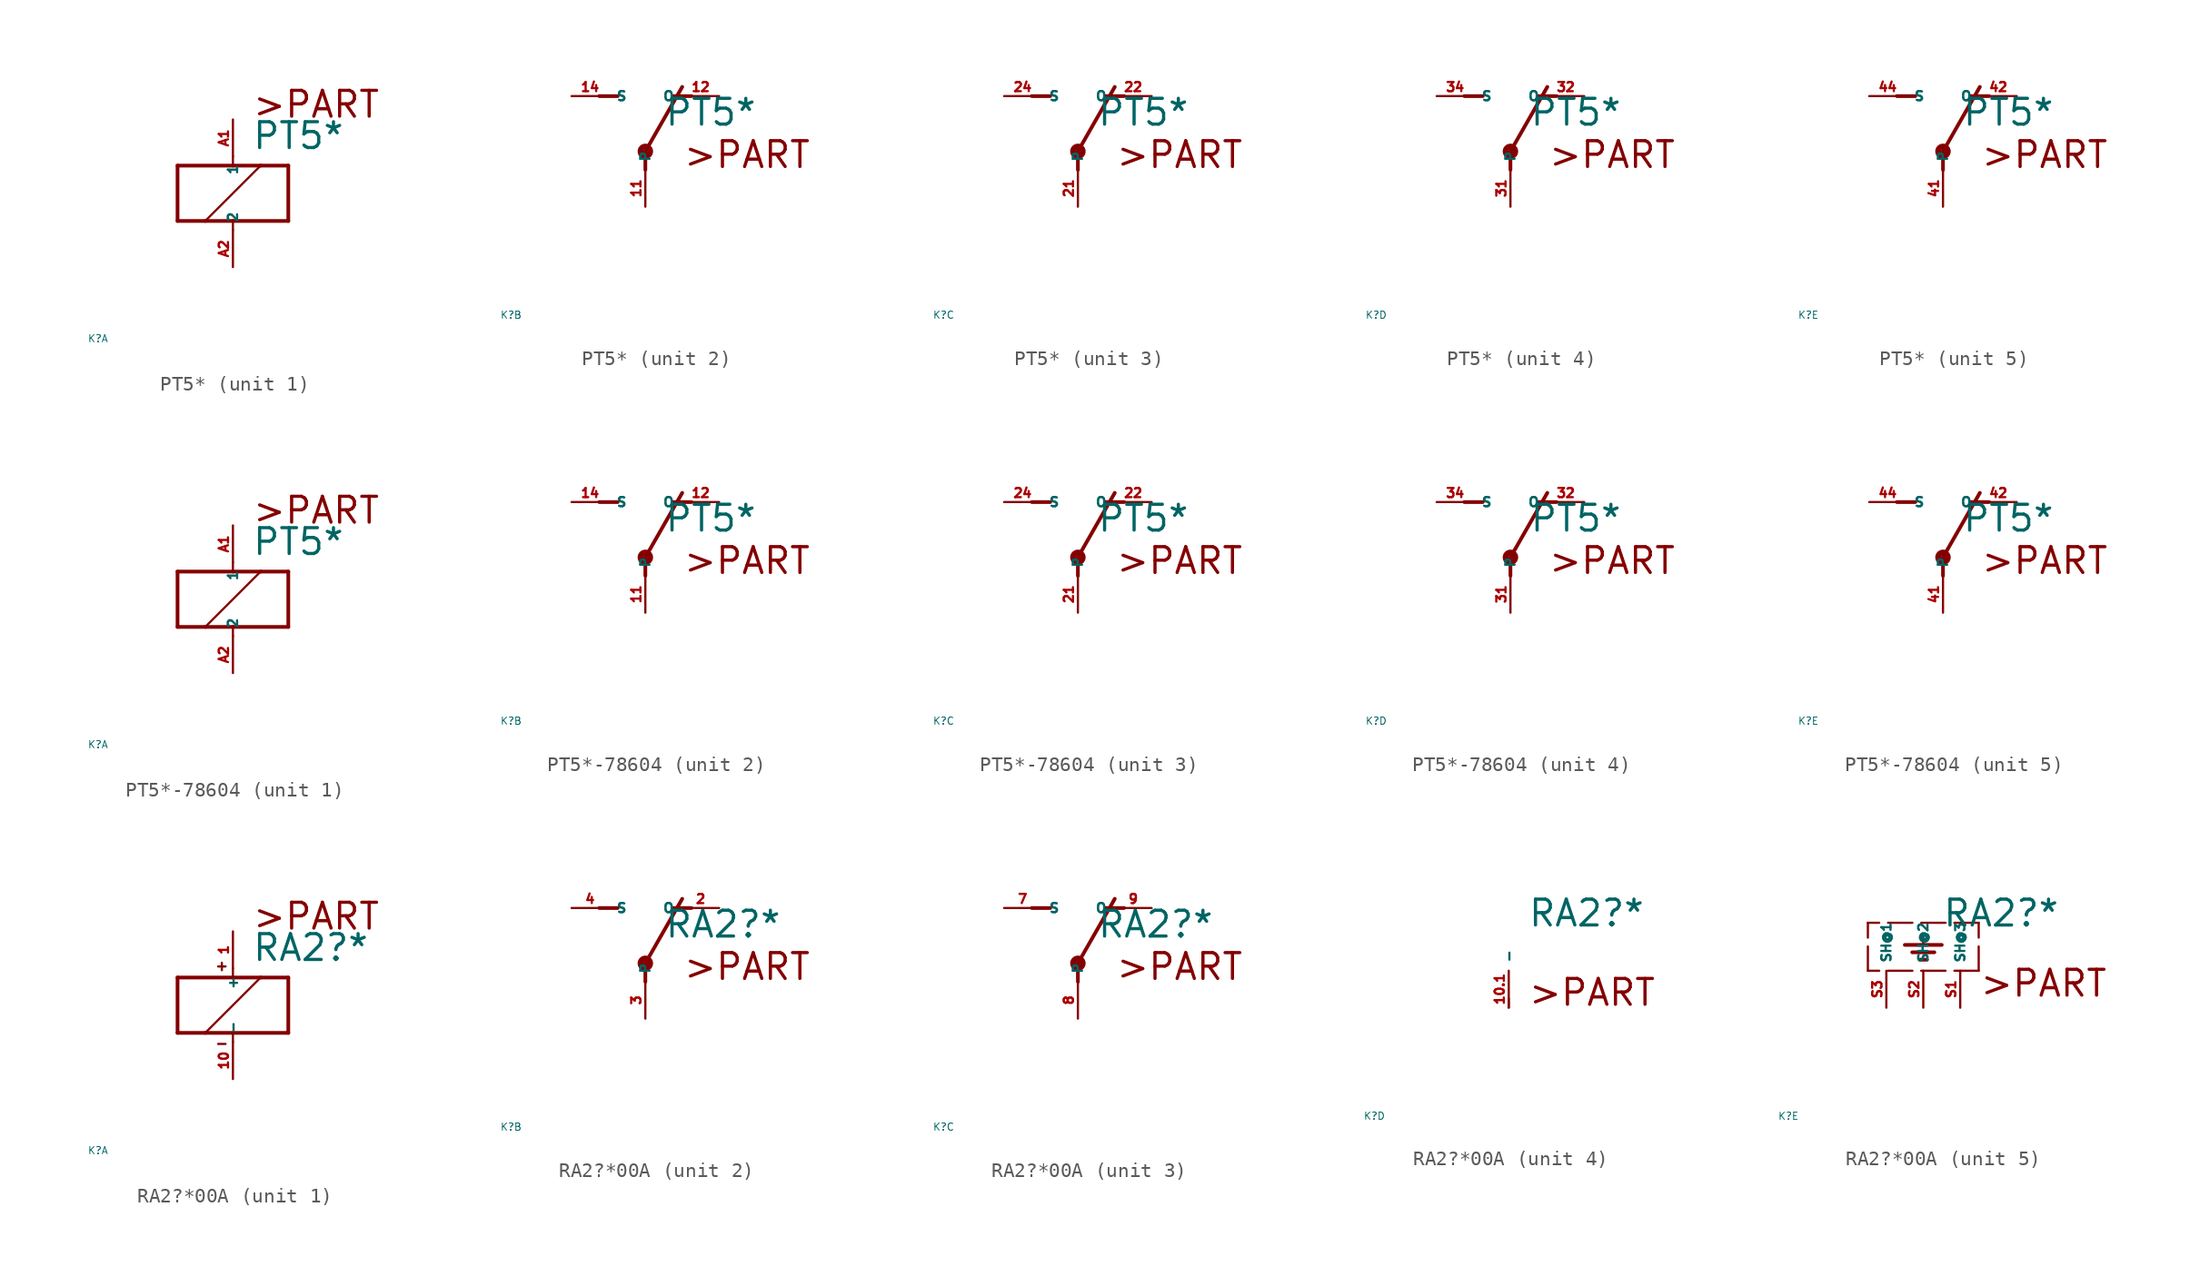
<source format=kicad_sym>
(kicad_symbol_lib
  (version 20220914)
  (generator Eagle2Kicad)
  (symbol "PT5*"
    (property "Reference" "K"
      (at -10 -10 0)
      (effects (font (size 0.5 0.5) (thickness 0.06)) (justify left)))
    (property "Value" "PT5*"
      (at 1.27 2.921 0)
      (effects (font (size 1.778 1.778) (thickness 0.22)) (justify left bottom)))
    (symbol "PT5*_1_0"
      (polyline (pts (xy -3.81 -1.905) (xy -1.905 -1.905)) (stroke (width 0.254) (type default)) (fill (type none)))
      (polyline (pts (xy 3.81 -1.905) (xy 3.81 1.905)) (stroke (width 0.254) (type default)) (fill (type none)))
      (polyline (pts (xy 3.81 1.905) (xy 1.905 1.905)) (stroke (width 0.254) (type default)) (fill (type none)))
      (polyline (pts (xy -3.81 1.905) (xy -3.81 -1.905)) (stroke (width 0.254) (type default)) (fill (type none)))
      (polyline (pts (xy 0 -2.54) (xy 0 -1.905)) (stroke (width 0.152) (type default)) (fill (type none)))
      (polyline (pts (xy 0 -1.905) (xy 3.81 -1.905)) (stroke (width 0.254) (type default)) (fill (type none)))
      (polyline (pts (xy 0 2.54) (xy 0 1.905)) (stroke (width 0.152) (type default)) (fill (type none)))
      (polyline (pts (xy 0 1.905) (xy -3.81 1.905)) (stroke (width 0.254) (type default)) (fill (type none)))
      (polyline (pts (xy -1.905 -1.905) (xy 1.905 1.905)) (stroke (width 0.152) (type default)) (fill (type none)))
      (polyline (pts (xy -1.905 -1.905) (xy 0 -1.905)) (stroke (width 0.254) (type default)) (fill (type none)))
      (polyline (pts (xy 1.905 1.905) (xy 0 1.905)) (stroke (width 0.254) (type default)) (fill (type none)))
      (text ">PART" (at 1.27 5.08 0) (effects (font (size 1.778 1.778) (thickness 0.22)) (justify left bottom)))
      (pin passive line (at 0 -5.08 90) (length 2.54) (name "2" (effects (font (size 0.635 0.635) (thickness 0.08)) (justify left bottom))) (number "A2" (effects (font (size 0.635 0.635) (thickness 0.08)) (justify left bottom))))
      (pin passive line (at 0 5.08 270) (length 2.54) (name "1" (effects (font (size 0.635 0.635) (thickness 0.08)) (justify left bottom))) (number "A1" (effects (font (size 0.635 0.635) (thickness 0.08)) (justify left bottom)))))
    (symbol "PT5*_2_0"
      (polyline (pts (xy 3.175 5.08) (xy 1.905 5.08)) (stroke (width 0.254) (type default)) (fill (type none)))
      (polyline (pts (xy -3.175 5.08) (xy -1.905 5.08)) (stroke (width 0.254) (type default)) (fill (type none)))
      (polyline (pts (xy 0 1.27) (xy 2.54 5.715)) (stroke (width 0.254) (type default)) (fill (type none)))
      (polyline (pts (xy 0 1.27) (xy 0 0)) (stroke (width 0.254) (type default)) (fill (type none)))
      (text ">PART" (at 2.54 0 0) (effects (font (size 1.778 1.778) (thickness 0.22)) (justify left bottom)))
      (circle (center 0 1.27) (radius 0.127) (stroke (width 0.406) (type default)) (fill (type none)))
      (pin passive line (at 5.08 5.08 180) (length 2.54) (name "O" (effects (font (size 0.635 0.635) (thickness 0.08)) (justify left bottom))) (number "12" (effects (font (size 0.635 0.635) (thickness 0.08)) (justify left bottom))))
      (pin passive line (at -5.08 5.08 0) (length 2.54) (name "S" (effects (font (size 0.635 0.635) (thickness 0.08)) (justify left bottom))) (number "14" (effects (font (size 0.635 0.635) (thickness 0.08)) (justify left bottom))))
      (pin passive line (at 0 -2.54 90) (length 2.54) (name "P" (effects (font (size 0.635 0.635) (thickness 0.08)) (justify left bottom))) (number "11" (effects (font (size 0.635 0.635) (thickness 0.08)) (justify left bottom)))))
    (symbol "PT5*_3_0"
      (polyline (pts (xy 3.175 5.08) (xy 1.905 5.08)) (stroke (width 0.254) (type default)) (fill (type none)))
      (polyline (pts (xy -3.175 5.08) (xy -1.905 5.08)) (stroke (width 0.254) (type default)) (fill (type none)))
      (polyline (pts (xy 0 1.27) (xy 2.54 5.715)) (stroke (width 0.254) (type default)) (fill (type none)))
      (polyline (pts (xy 0 1.27) (xy 0 0)) (stroke (width 0.254) (type default)) (fill (type none)))
      (text ">PART" (at 2.54 0 0) (effects (font (size 1.778 1.778) (thickness 0.22)) (justify left bottom)))
      (circle (center 0 1.27) (radius 0.127) (stroke (width 0.406) (type default)) (fill (type none)))
      (pin passive line (at 5.08 5.08 180) (length 2.54) (name "O" (effects (font (size 0.635 0.635) (thickness 0.08)) (justify left bottom))) (number "22" (effects (font (size 0.635 0.635) (thickness 0.08)) (justify left bottom))))
      (pin passive line (at -5.08 5.08 0) (length 2.54) (name "S" (effects (font (size 0.635 0.635) (thickness 0.08)) (justify left bottom))) (number "24" (effects (font (size 0.635 0.635) (thickness 0.08)) (justify left bottom))))
      (pin passive line (at 0 -2.54 90) (length 2.54) (name "P" (effects (font (size 0.635 0.635) (thickness 0.08)) (justify left bottom))) (number "21" (effects (font (size 0.635 0.635) (thickness 0.08)) (justify left bottom)))))
    (symbol "PT5*_4_0"
      (polyline (pts (xy 3.175 5.08) (xy 1.905 5.08)) (stroke (width 0.254) (type default)) (fill (type none)))
      (polyline (pts (xy -3.175 5.08) (xy -1.905 5.08)) (stroke (width 0.254) (type default)) (fill (type none)))
      (polyline (pts (xy 0 1.27) (xy 2.54 5.715)) (stroke (width 0.254) (type default)) (fill (type none)))
      (polyline (pts (xy 0 1.27) (xy 0 0)) (stroke (width 0.254) (type default)) (fill (type none)))
      (text ">PART" (at 2.54 0 0) (effects (font (size 1.778 1.778) (thickness 0.22)) (justify left bottom)))
      (circle (center 0 1.27) (radius 0.127) (stroke (width 0.406) (type default)) (fill (type none)))
      (pin passive line (at 5.08 5.08 180) (length 2.54) (name "O" (effects (font (size 0.635 0.635) (thickness 0.08)) (justify left bottom))) (number "32" (effects (font (size 0.635 0.635) (thickness 0.08)) (justify left bottom))))
      (pin passive line (at -5.08 5.08 0) (length 2.54) (name "S" (effects (font (size 0.635 0.635) (thickness 0.08)) (justify left bottom))) (number "34" (effects (font (size 0.635 0.635) (thickness 0.08)) (justify left bottom))))
      (pin passive line (at 0 -2.54 90) (length 2.54) (name "P" (effects (font (size 0.635 0.635) (thickness 0.08)) (justify left bottom))) (number "31" (effects (font (size 0.635 0.635) (thickness 0.08)) (justify left bottom)))))
    (symbol "PT5*_5_0"
      (polyline (pts (xy 3.175 5.08) (xy 1.905 5.08)) (stroke (width 0.254) (type default)) (fill (type none)))
      (polyline (pts (xy -3.175 5.08) (xy -1.905 5.08)) (stroke (width 0.254) (type default)) (fill (type none)))
      (polyline (pts (xy 0 1.27) (xy 2.54 5.715)) (stroke (width 0.254) (type default)) (fill (type none)))
      (polyline (pts (xy 0 1.27) (xy 0 0)) (stroke (width 0.254) (type default)) (fill (type none)))
      (text ">PART" (at 2.54 0 0) (effects (font (size 1.778 1.778) (thickness 0.22)) (justify left bottom)))
      (circle (center 0 1.27) (radius 0.127) (stroke (width 0.406) (type default)) (fill (type none)))
      (pin passive line (at 5.08 5.08 180) (length 2.54) (name "O" (effects (font (size 0.635 0.635) (thickness 0.08)) (justify left bottom))) (number "42" (effects (font (size 0.635 0.635) (thickness 0.08)) (justify left bottom))))
      (pin passive line (at -5.08 5.08 0) (length 2.54) (name "S" (effects (font (size 0.635 0.635) (thickness 0.08)) (justify left bottom))) (number "44" (effects (font (size 0.635 0.635) (thickness 0.08)) (justify left bottom))))
      (pin passive line (at 0 -2.54 90) (length 2.54) (name "P" (effects (font (size 0.635 0.635) (thickness 0.08)) (justify left bottom))) (number "41" (effects (font (size 0.635 0.635) (thickness 0.08)) (justify left bottom))))))
  (symbol "PT5*-78604"
    (property "Reference" "K"
      (at -10 -10 0)
      (effects (font (size 0.5 0.5) (thickness 0.06)) (justify left)))
    (property "Value" "PT5*"
      (at 1.27 2.921 0)
      (effects (font (size 1.778 1.778) (thickness 0.22)) (justify left bottom)))
    (symbol "PT5*-78604_1_0"
      (polyline (pts (xy -3.81 -1.905) (xy -1.905 -1.905)) (stroke (width 0.254) (type default)) (fill (type none)))
      (polyline (pts (xy 3.81 -1.905) (xy 3.81 1.905)) (stroke (width 0.254) (type default)) (fill (type none)))
      (polyline (pts (xy 3.81 1.905) (xy 1.905 1.905)) (stroke (width 0.254) (type default)) (fill (type none)))
      (polyline (pts (xy -3.81 1.905) (xy -3.81 -1.905)) (stroke (width 0.254) (type default)) (fill (type none)))
      (polyline (pts (xy 0 -2.54) (xy 0 -1.905)) (stroke (width 0.152) (type default)) (fill (type none)))
      (polyline (pts (xy 0 -1.905) (xy 3.81 -1.905)) (stroke (width 0.254) (type default)) (fill (type none)))
      (polyline (pts (xy 0 2.54) (xy 0 1.905)) (stroke (width 0.152) (type default)) (fill (type none)))
      (polyline (pts (xy 0 1.905) (xy -3.81 1.905)) (stroke (width 0.254) (type default)) (fill (type none)))
      (polyline (pts (xy -1.905 -1.905) (xy 1.905 1.905)) (stroke (width 0.152) (type default)) (fill (type none)))
      (polyline (pts (xy -1.905 -1.905) (xy 0 -1.905)) (stroke (width 0.254) (type default)) (fill (type none)))
      (polyline (pts (xy 1.905 1.905) (xy 0 1.905)) (stroke (width 0.254) (type default)) (fill (type none)))
      (text ">PART" (at 1.27 5.08 0) (effects (font (size 1.778 1.778) (thickness 0.22)) (justify left bottom)))
      (pin passive line (at 0 -5.08 90) (length 2.54) (name "2" (effects (font (size 0.635 0.635) (thickness 0.08)) (justify left bottom))) (number "A2" (effects (font (size 0.635 0.635) (thickness 0.08)) (justify left bottom))))
      (pin passive line (at 0 5.08 270) (length 2.54) (name "1" (effects (font (size 0.635 0.635) (thickness 0.08)) (justify left bottom))) (number "A1" (effects (font (size 0.635 0.635) (thickness 0.08)) (justify left bottom)))))
    (symbol "PT5*-78604_2_0"
      (polyline (pts (xy 3.175 5.08) (xy 1.905 5.08)) (stroke (width 0.254) (type default)) (fill (type none)))
      (polyline (pts (xy -3.175 5.08) (xy -1.905 5.08)) (stroke (width 0.254) (type default)) (fill (type none)))
      (polyline (pts (xy 0 1.27) (xy 2.54 5.715)) (stroke (width 0.254) (type default)) (fill (type none)))
      (polyline (pts (xy 0 1.27) (xy 0 0)) (stroke (width 0.254) (type default)) (fill (type none)))
      (text ">PART" (at 2.54 0 0) (effects (font (size 1.778 1.778) (thickness 0.22)) (justify left bottom)))
      (circle (center 0 1.27) (radius 0.127) (stroke (width 0.406) (type default)) (fill (type none)))
      (pin passive line (at 5.08 5.08 180) (length 2.54) (name "O" (effects (font (size 0.635 0.635) (thickness 0.08)) (justify left bottom))) (number "12" (effects (font (size 0.635 0.635) (thickness 0.08)) (justify left bottom))))
      (pin passive line (at -5.08 5.08 0) (length 2.54) (name "S" (effects (font (size 0.635 0.635) (thickness 0.08)) (justify left bottom))) (number "14" (effects (font (size 0.635 0.635) (thickness 0.08)) (justify left bottom))))
      (pin passive line (at 0 -2.54 90) (length 2.54) (name "P" (effects (font (size 0.635 0.635) (thickness 0.08)) (justify left bottom))) (number "11" (effects (font (size 0.635 0.635) (thickness 0.08)) (justify left bottom)))))
    (symbol "PT5*-78604_3_0"
      (polyline (pts (xy 3.175 5.08) (xy 1.905 5.08)) (stroke (width 0.254) (type default)) (fill (type none)))
      (polyline (pts (xy -3.175 5.08) (xy -1.905 5.08)) (stroke (width 0.254) (type default)) (fill (type none)))
      (polyline (pts (xy 0 1.27) (xy 2.54 5.715)) (stroke (width 0.254) (type default)) (fill (type none)))
      (polyline (pts (xy 0 1.27) (xy 0 0)) (stroke (width 0.254) (type default)) (fill (type none)))
      (text ">PART" (at 2.54 0 0) (effects (font (size 1.778 1.778) (thickness 0.22)) (justify left bottom)))
      (circle (center 0 1.27) (radius 0.127) (stroke (width 0.406) (type default)) (fill (type none)))
      (pin passive line (at 5.08 5.08 180) (length 2.54) (name "O" (effects (font (size 0.635 0.635) (thickness 0.08)) (justify left bottom))) (number "22" (effects (font (size 0.635 0.635) (thickness 0.08)) (justify left bottom))))
      (pin passive line (at -5.08 5.08 0) (length 2.54) (name "S" (effects (font (size 0.635 0.635) (thickness 0.08)) (justify left bottom))) (number "24" (effects (font (size 0.635 0.635) (thickness 0.08)) (justify left bottom))))
      (pin passive line (at 0 -2.54 90) (length 2.54) (name "P" (effects (font (size 0.635 0.635) (thickness 0.08)) (justify left bottom))) (number "21" (effects (font (size 0.635 0.635) (thickness 0.08)) (justify left bottom)))))
    (symbol "PT5*-78604_4_0"
      (polyline (pts (xy 3.175 5.08) (xy 1.905 5.08)) (stroke (width 0.254) (type default)) (fill (type none)))
      (polyline (pts (xy -3.175 5.08) (xy -1.905 5.08)) (stroke (width 0.254) (type default)) (fill (type none)))
      (polyline (pts (xy 0 1.27) (xy 2.54 5.715)) (stroke (width 0.254) (type default)) (fill (type none)))
      (polyline (pts (xy 0 1.27) (xy 0 0)) (stroke (width 0.254) (type default)) (fill (type none)))
      (text ">PART" (at 2.54 0 0) (effects (font (size 1.778 1.778) (thickness 0.22)) (justify left bottom)))
      (circle (center 0 1.27) (radius 0.127) (stroke (width 0.406) (type default)) (fill (type none)))
      (pin passive line (at 5.08 5.08 180) (length 2.54) (name "O" (effects (font (size 0.635 0.635) (thickness 0.08)) (justify left bottom))) (number "32" (effects (font (size 0.635 0.635) (thickness 0.08)) (justify left bottom))))
      (pin passive line (at -5.08 5.08 0) (length 2.54) (name "S" (effects (font (size 0.635 0.635) (thickness 0.08)) (justify left bottom))) (number "34" (effects (font (size 0.635 0.635) (thickness 0.08)) (justify left bottom))))
      (pin passive line (at 0 -2.54 90) (length 2.54) (name "P" (effects (font (size 0.635 0.635) (thickness 0.08)) (justify left bottom))) (number "31" (effects (font (size 0.635 0.635) (thickness 0.08)) (justify left bottom)))))
    (symbol "PT5*-78604_5_0"
      (polyline (pts (xy 3.175 5.08) (xy 1.905 5.08)) (stroke (width 0.254) (type default)) (fill (type none)))
      (polyline (pts (xy -3.175 5.08) (xy -1.905 5.08)) (stroke (width 0.254) (type default)) (fill (type none)))
      (polyline (pts (xy 0 1.27) (xy 2.54 5.715)) (stroke (width 0.254) (type default)) (fill (type none)))
      (polyline (pts (xy 0 1.27) (xy 0 0)) (stroke (width 0.254) (type default)) (fill (type none)))
      (text ">PART" (at 2.54 0 0) (effects (font (size 1.778 1.778) (thickness 0.22)) (justify left bottom)))
      (circle (center 0 1.27) (radius 0.127) (stroke (width 0.406) (type default)) (fill (type none)))
      (pin passive line (at 5.08 5.08 180) (length 2.54) (name "O" (effects (font (size 0.635 0.635) (thickness 0.08)) (justify left bottom))) (number "42" (effects (font (size 0.635 0.635) (thickness 0.08)) (justify left bottom))))
      (pin passive line (at -5.08 5.08 0) (length 2.54) (name "S" (effects (font (size 0.635 0.635) (thickness 0.08)) (justify left bottom))) (number "44" (effects (font (size 0.635 0.635) (thickness 0.08)) (justify left bottom))))
      (pin passive line (at 0 -2.54 90) (length 2.54) (name "P" (effects (font (size 0.635 0.635) (thickness 0.08)) (justify left bottom))) (number "41" (effects (font (size 0.635 0.635) (thickness 0.08)) (justify left bottom))))))
  (symbol "RA2?*00A"
    (property "Reference" "K"
      (at -10 -10 0)
      (effects (font (size 0.5 0.5) (thickness 0.06)) (justify left)))
    (property "Value" "RA2?*"
      (at 1.27 2.921 0)
      (effects (font (size 1.778 1.778) (thickness 0.22)) (justify left bottom)))
    (symbol "RA2?*00A_1_0"
      (polyline (pts (xy -3.81 -1.905) (xy -1.905 -1.905)) (stroke (width 0.254) (type default)) (fill (type none)))
      (polyline (pts (xy 3.81 -1.905) (xy 3.81 1.905)) (stroke (width 0.254) (type default)) (fill (type none)))
      (polyline (pts (xy 3.81 1.905) (xy 1.905 1.905)) (stroke (width 0.254) (type default)) (fill (type none)))
      (polyline (pts (xy -3.81 1.905) (xy -3.81 -1.905)) (stroke (width 0.254) (type default)) (fill (type none)))
      (polyline (pts (xy 0 -2.54) (xy 0 -1.905)) (stroke (width 0.152) (type default)) (fill (type none)))
      (polyline (pts (xy 0 -1.905) (xy 3.81 -1.905)) (stroke (width 0.254) (type default)) (fill (type none)))
      (polyline (pts (xy 0 2.54) (xy 0 1.905)) (stroke (width 0.152) (type default)) (fill (type none)))
      (polyline (pts (xy 0 1.905) (xy -3.81 1.905)) (stroke (width 0.254) (type default)) (fill (type none)))
      (polyline (pts (xy -1.905 -1.905) (xy 1.905 1.905)) (stroke (width 0.152) (type default)) (fill (type none)))
      (polyline (pts (xy -1.905 -1.905) (xy 0 -1.905)) (stroke (width 0.254) (type default)) (fill (type none)))
      (polyline (pts (xy 1.905 1.905) (xy 0 1.905)) (stroke (width 0.254) (type default)) (fill (type none)))
      (polyline (pts (xy -1.016 2.667) (xy -0.508 2.667)) (stroke (width 0.152) (type default)) (fill (type none)))
      (polyline (pts (xy -0.762 2.921) (xy -0.762 2.413)) (stroke (width 0.152) (type default)) (fill (type none)))
      (polyline (pts (xy -1.016 -2.667) (xy -0.508 -2.667)) (stroke (width 0.152) (type default)) (fill (type none)))
      (text ">PART" (at 1.27 5.08 0) (effects (font (size 1.778 1.778) (thickness 0.22)) (justify left bottom)))
      (pin passive line (at 0 -5.08 90) (length 2.54) (name "-" (effects (font (size 0.635 0.635) (thickness 0.08)) (justify left bottom))) (number "10" (effects (font (size 0.635 0.635) (thickness 0.08)) (justify left bottom))))
      (pin passive line (at 0 5.08 270) (length 2.54) (name "+" (effects (font (size 0.635 0.635) (thickness 0.08)) (justify left bottom))) (number "1" (effects (font (size 0.635 0.635) (thickness 0.08)) (justify left bottom)))))
    (symbol "RA2?*00A_2_0"
      (polyline (pts (xy 3.175 5.08) (xy 1.905 5.08)) (stroke (width 0.254) (type default)) (fill (type none)))
      (polyline (pts (xy -3.175 5.08) (xy -1.905 5.08)) (stroke (width 0.254) (type default)) (fill (type none)))
      (polyline (pts (xy 0 1.27) (xy 2.54 5.715)) (stroke (width 0.254) (type default)) (fill (type none)))
      (polyline (pts (xy 0 1.27) (xy 0 0)) (stroke (width 0.254) (type default)) (fill (type none)))
      (text ">PART" (at 2.54 0 0) (effects (font (size 1.778 1.778) (thickness 0.22)) (justify left bottom)))
      (circle (center 0 1.27) (radius 0.127) (stroke (width 0.406) (type default)) (fill (type none)))
      (pin passive line (at 5.08 5.08 180) (length 2.54) (name "O" (effects (font (size 0.635 0.635) (thickness 0.08)) (justify left bottom))) (number "2" (effects (font (size 0.635 0.635) (thickness 0.08)) (justify left bottom))))
      (pin passive line (at -5.08 5.08 0) (length 2.54) (name "S" (effects (font (size 0.635 0.635) (thickness 0.08)) (justify left bottom))) (number "4" (effects (font (size 0.635 0.635) (thickness 0.08)) (justify left bottom))))
      (pin passive line (at 0 -2.54 90) (length 2.54) (name "P" (effects (font (size 0.635 0.635) (thickness 0.08)) (justify left bottom))) (number "3" (effects (font (size 0.635 0.635) (thickness 0.08)) (justify left bottom)))))
    (symbol "RA2?*00A_3_0"
      (polyline (pts (xy 3.175 5.08) (xy 1.905 5.08)) (stroke (width 0.254) (type default)) (fill (type none)))
      (polyline (pts (xy -3.175 5.08) (xy -1.905 5.08)) (stroke (width 0.254) (type default)) (fill (type none)))
      (polyline (pts (xy 0 1.27) (xy 2.54 5.715)) (stroke (width 0.254) (type default)) (fill (type none)))
      (polyline (pts (xy 0 1.27) (xy 0 0)) (stroke (width 0.254) (type default)) (fill (type none)))
      (text ">PART" (at 2.54 0 0) (effects (font (size 1.778 1.778) (thickness 0.22)) (justify left bottom)))
      (circle (center 0 1.27) (radius 0.127) (stroke (width 0.406) (type default)) (fill (type none)))
      (pin passive line (at 5.08 5.08 180) (length 2.54) (name "O" (effects (font (size 0.635 0.635) (thickness 0.08)) (justify left bottom))) (number "9" (effects (font (size 0.635 0.635) (thickness 0.08)) (justify left bottom))))
      (pin passive line (at -5.08 5.08 0) (length 2.54) (name "S" (effects (font (size 0.635 0.635) (thickness 0.08)) (justify left bottom))) (number "7" (effects (font (size 0.635 0.635) (thickness 0.08)) (justify left bottom))))
      (pin passive line (at 0 -2.54 90) (length 2.54) (name "P" (effects (font (size 0.635 0.635) (thickness 0.08)) (justify left bottom))) (number "8" (effects (font (size 0.635 0.635) (thickness 0.08)) (justify left bottom)))))
    (symbol "RA2?*00A_4_0"
      (polyline (pts (xy 0 -2.54) (xy 0 -1.905)) (stroke (width 0.152) (type default)) (fill (type none)))
      (text ">PART" (at 1.27 -2.54 0) (effects (font (size 1.778 1.778) (thickness 0.22)) (justify left bottom)))
      (pin passive line (at 0 -2.54 90) (length 2.54) (name "-" (effects (font (size 0.635 0.635) (thickness 0.08)) (justify left bottom))) (number "10.1" (effects (font (size 0.635 0.635) (thickness 0.08)) (justify left bottom)))))
    (symbol "RA2?*00A_5_0"
      (polyline (pts (xy 3.81 0) (xy -3.81 0)) (stroke (width 0.152) (type dash)) (fill (type none)))
      (polyline (pts (xy 0 2.54) (xy 0 1.778)) (stroke (width 0.152) (type default)) (fill (type none)))
      (polyline (pts (xy -1.27 1.778) (xy 0 1.778)) (stroke (width 0.254) (type default)) (fill (type none)))
      (polyline (pts (xy 0 1.778) (xy 1.27 1.778)) (stroke (width 0.254) (type default)) (fill (type none)))
      (polyline (pts (xy -0.762 1.27) (xy 0.762 1.27)) (stroke (width 0.254) (type default)) (fill (type none)))
      (polyline (pts (xy -0.254 0.762) (xy 0.254 0.762)) (stroke (width 0.254) (type default)) (fill (type none)))
      (polyline (pts (xy 3.81 0) (xy 3.81 3.302)) (stroke (width 0.152) (type dash)) (fill (type none)))
      (polyline (pts (xy 3.81 3.302) (xy -3.81 3.302)) (stroke (width 0.152) (type dash)) (fill (type none)))
      (polyline (pts (xy -3.81 0) (xy -3.81 3.302)) (stroke (width 0.152) (type dash)) (fill (type none)))
      (text ">PART" (at 3.81 -1.905 0) (effects (font (size 1.778 1.778) (thickness 0.22)) (justify left bottom)))
      (pin passive line (at 0 -2.54 90) (length 2.54) (name "SH@2" (effects (font (size 0.635 0.635) (thickness 0.08)) (justify left bottom))) (number "S2" (effects (font (size 0.635 0.635) (thickness 0.08)) (justify left bottom))))
      (pin passive line (at 2.54 -2.54 90) (length 2.54) (name "SH@3" (effects (font (size 0.635 0.635) (thickness 0.08)) (justify left bottom))) (number "S1" (effects (font (size 0.635 0.635) (thickness 0.08)) (justify left bottom))))
      (pin passive line (at -2.54 -2.54 90) (length 2.54) (name "SH@1" (effects (font (size 0.635 0.635) (thickness 0.08)) (justify left bottom))) (number "S3" (effects (font (size 0.635 0.635) (thickness 0.08)) (justify left bottom)))))))
</source>
